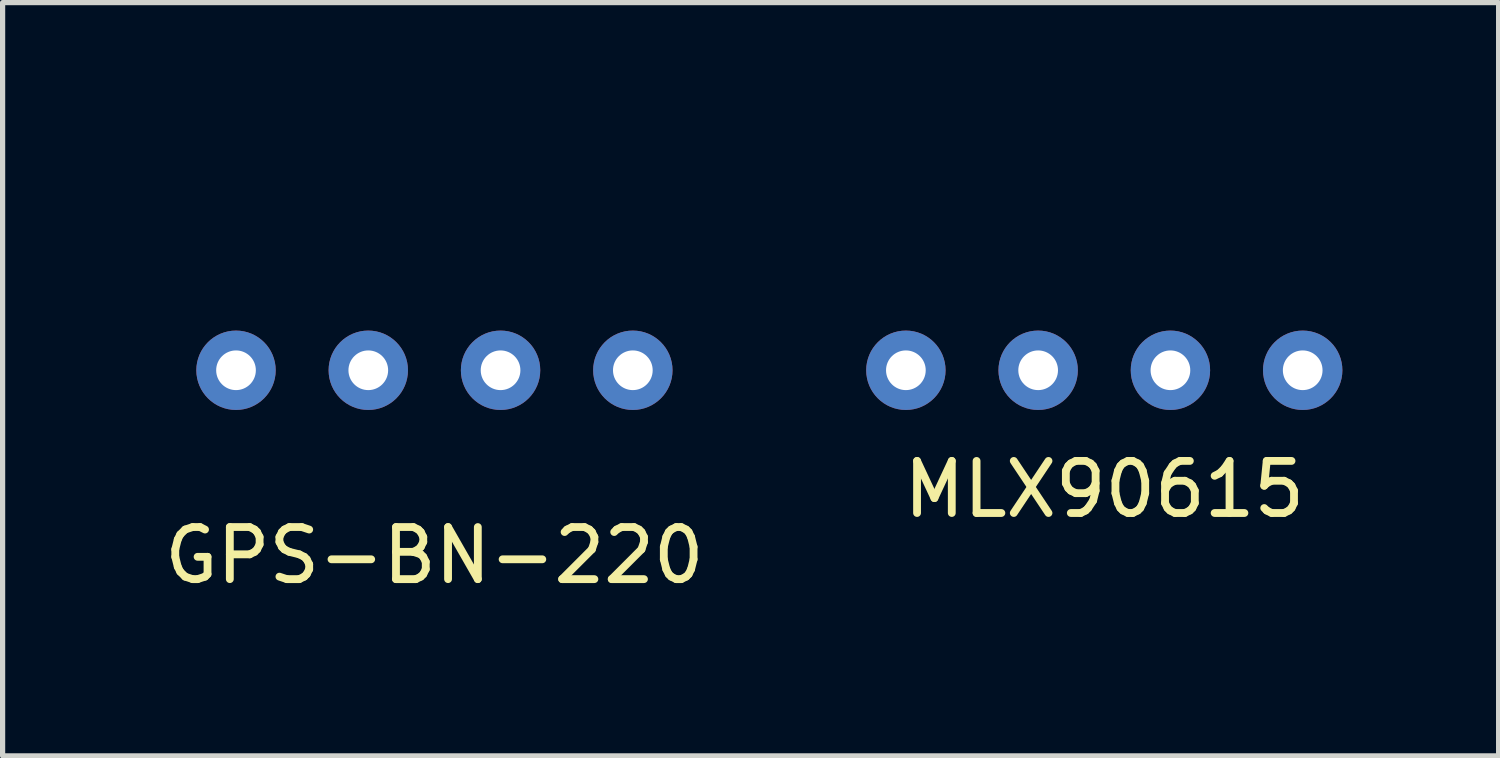
<source format=kicad_pcb>
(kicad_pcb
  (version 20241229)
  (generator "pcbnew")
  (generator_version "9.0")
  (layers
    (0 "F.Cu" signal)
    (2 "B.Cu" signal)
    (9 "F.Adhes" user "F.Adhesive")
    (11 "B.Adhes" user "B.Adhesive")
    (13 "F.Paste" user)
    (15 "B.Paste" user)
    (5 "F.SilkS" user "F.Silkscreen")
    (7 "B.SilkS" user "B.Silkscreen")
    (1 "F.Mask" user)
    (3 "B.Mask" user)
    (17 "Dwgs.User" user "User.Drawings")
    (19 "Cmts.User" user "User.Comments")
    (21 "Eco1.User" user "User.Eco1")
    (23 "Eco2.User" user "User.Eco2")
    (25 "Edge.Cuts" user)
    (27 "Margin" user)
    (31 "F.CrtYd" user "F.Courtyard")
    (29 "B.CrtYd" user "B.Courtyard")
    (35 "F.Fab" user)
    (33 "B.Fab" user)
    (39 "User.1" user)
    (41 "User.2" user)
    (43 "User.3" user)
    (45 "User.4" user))
  (footprint "MLX90615"
    (layer "F.Cu")
    (at 18.155 0.25)
    (property "Reference" "MLX90615" (at 0 6.096 0) (layer "F.SilkS") (effects (font (size 1 1) (thickness 0.15))))
    (attr through_hole)
    (pad "1" thru_hole circle (at -3.81 3.81) (size 1.524 1.524) (drill 0.762) (layers "*.Cu" "*.Mask"))
    (pad "2" thru_hole circle (at -1.27 3.81) (size 1.524 1.524) (drill 0.762) (layers "*.Cu" "*.Mask"))
    (pad "3" thru_hole circle (at 1.27 3.81) (size 1.524 1.524) (drill 0.762) (layers "*.Cu" "*.Mask"))
    (pad "4" thru_hole circle (at 3.81 3.81) (size 1.524 1.524) (drill 0.762) (layers "*.Cu" "*.Mask")))
  (footprint "GPS-BN-220"
    (layer "F.Cu")
    (at 5.292 0.25)
    (property "Reference" "GPS-BN-220" (at 0 7.366 0) (layer "F.SilkS") (effects (font (size 1 1) (thickness 0.15))))
    (attr through_hole)
    (pad "1" thru_hole circle (at -3.81 3.81) (size 1.524 1.524) (drill 0.762) (layers "*.Cu" "*.Mask"))
    (pad "2" thru_hole circle (at -1.27 3.81) (size 1.524 1.524) (drill 0.762) (layers "*.Cu" "*.Mask"))
    (pad "3" thru_hole circle (at 1.27 3.81) (size 1.524 1.524) (drill 0.762) (layers "*.Cu" "*.Mask"))
    (pad "4" thru_hole circle (at 3.81 3.81) (size 1.524 1.524) (drill 0.762) (layers "*.Cu" "*.Mask")))
  (gr_rect
    (start -3 -3)
    (end 25.727 11.464)
    (stroke (width 0.1) (type default))
    (fill no)
    (layer "Edge.Cuts")))
</source>
